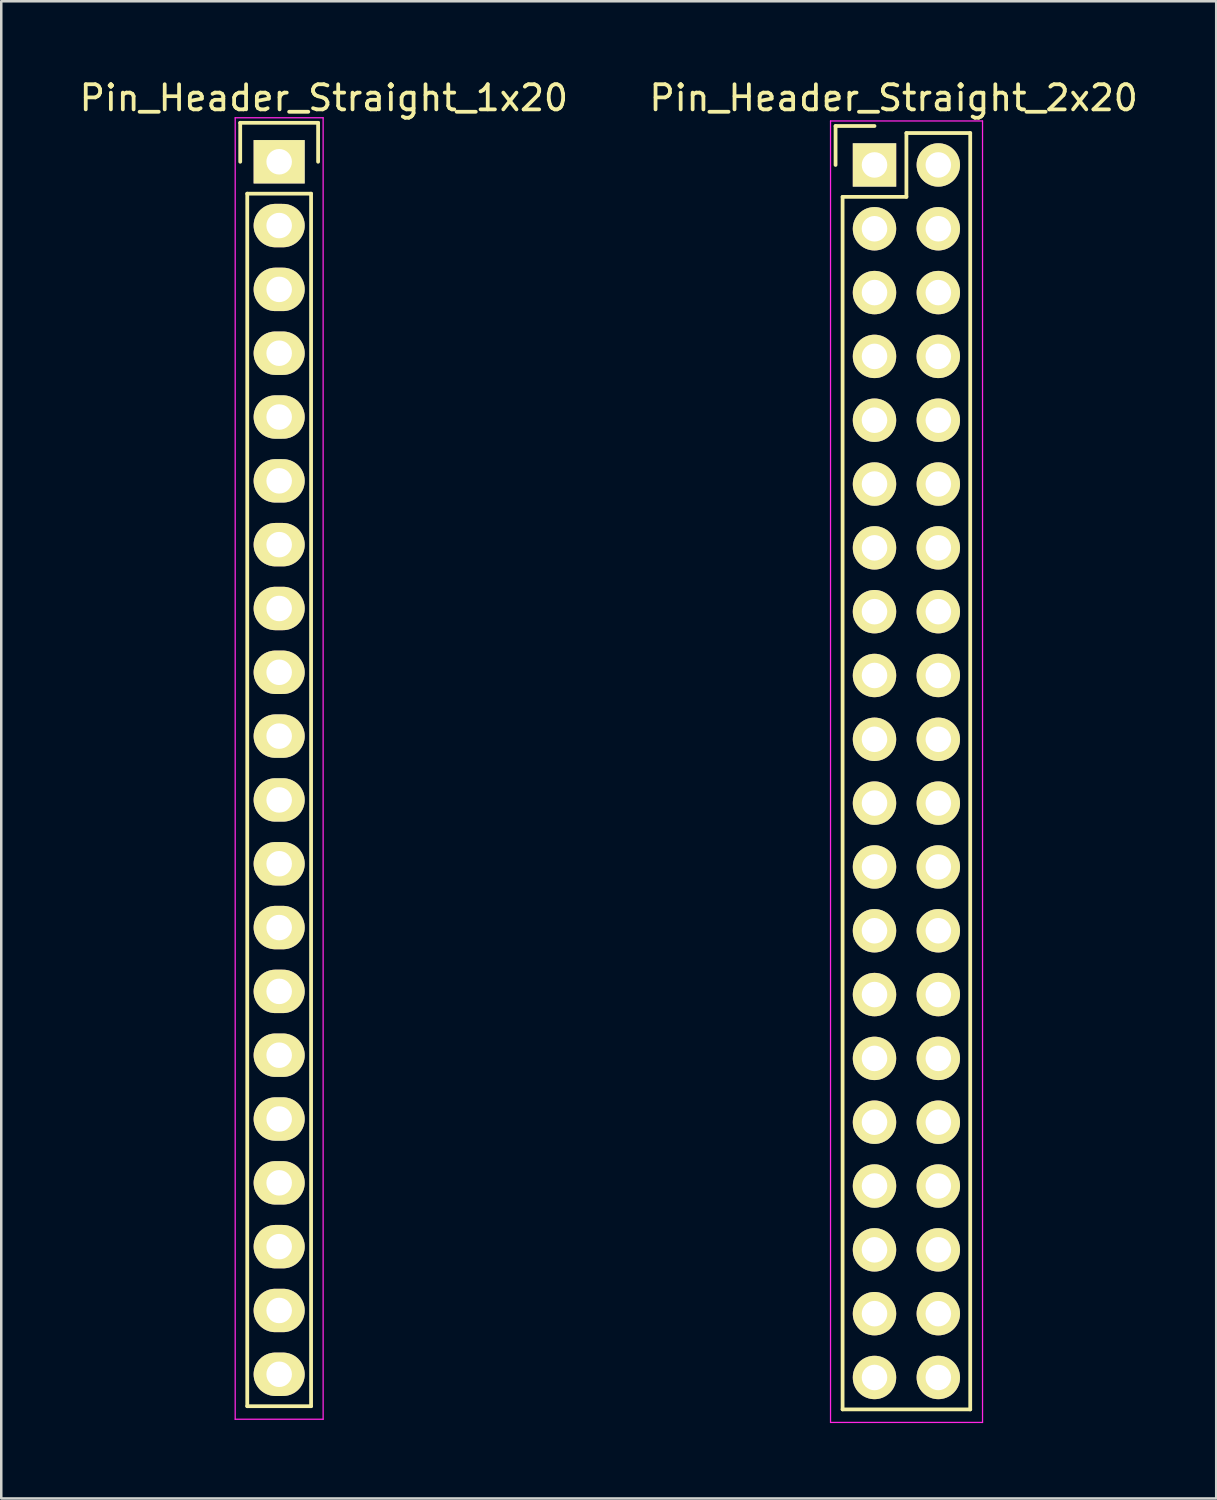
<source format=kicad_pcb>
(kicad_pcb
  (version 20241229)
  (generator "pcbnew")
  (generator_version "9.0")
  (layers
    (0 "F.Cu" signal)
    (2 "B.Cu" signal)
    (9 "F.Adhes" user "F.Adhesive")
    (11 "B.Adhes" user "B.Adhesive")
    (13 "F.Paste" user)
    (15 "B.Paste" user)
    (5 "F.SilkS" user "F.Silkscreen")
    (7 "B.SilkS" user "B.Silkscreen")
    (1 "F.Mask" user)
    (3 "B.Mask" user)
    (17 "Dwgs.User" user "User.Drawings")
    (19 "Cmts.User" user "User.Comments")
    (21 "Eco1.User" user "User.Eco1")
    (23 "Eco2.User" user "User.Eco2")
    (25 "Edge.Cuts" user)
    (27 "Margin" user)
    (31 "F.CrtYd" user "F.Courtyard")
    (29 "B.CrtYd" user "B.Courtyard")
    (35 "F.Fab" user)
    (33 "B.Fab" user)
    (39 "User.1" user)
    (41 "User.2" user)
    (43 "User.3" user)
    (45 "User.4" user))
  (footprint "Pin_Header_Straight_2x20"
    (layer "F.Cu")
    (at 31.756 3.515)
    (property "Reference" "Pin_Header_Straight_2x20" (at 0.762 -2.667 0) (layer "F.SilkS") (effects (font (size 1 1) (thickness 0.15))))
    (attr through_hole)
    (fp_line (start -1.55 -1.55) (end -1.55 0) (stroke (width 0.15) (type solid)) (layer "F.SilkS"))
    (fp_line (start -1.27 1.27) (end -1.27 49.53) (stroke (width 0.15) (type solid)) (layer "F.SilkS"))
    (fp_line (start 0 -1.55) (end -1.55 -1.55) (stroke (width 0.15) (type solid)) (layer "F.SilkS"))
    (fp_line (start 1.27 -1.27) (end 1.27 1.27) (stroke (width 0.15) (type solid)) (layer "F.SilkS"))
    (fp_line (start 1.27 1.27) (end -1.27 1.27) (stroke (width 0.15) (type solid)) (layer "F.SilkS"))
    (fp_line (start 3.81 -1.27) (end 1.27 -1.27) (stroke (width 0.15) (type solid)) (layer "F.SilkS"))
    (fp_line (start 3.81 49.53) (end -1.27 49.53) (stroke (width 0.15) (type solid)) (layer "F.SilkS"))
    (fp_line (start 3.81 49.53) (end 3.81 -1.27) (stroke (width 0.15) (type solid)) (layer "F.SilkS"))
    (fp_line (start -1.75 -1.75) (end -1.75 50.05) (stroke (width 0.05) (type solid)) (layer "F.CrtYd"))
    (fp_line (start -1.75 -1.75) (end 4.3 -1.75) (stroke (width 0.05) (type solid)) (layer "F.CrtYd"))
    (fp_line (start -1.75 50.05) (end 4.3 50.05) (stroke (width 0.05) (type solid)) (layer "F.CrtYd"))
    (fp_line (start 4.3 -1.75) (end 4.3 50.05) (stroke (width 0.05) (type solid)) (layer "F.CrtYd"))
    (pad "1" thru_hole rect (at 0 0) (size 1.727 1.727) (drill 1.016) (layers "*.Cu" "*.Mask" "F.SilkS"))
    (pad "2" thru_hole oval (at 2.54 0) (size 1.727 1.727) (drill 1.016) (layers "*.Cu" "*.Mask" "F.SilkS"))
    (pad "3" thru_hole oval (at 0 2.54) (size 1.727 1.727) (drill 1.016) (layers "*.Cu" "*.Mask" "F.SilkS"))
    (pad "4" thru_hole oval (at 2.54 2.54) (size 1.727 1.727) (drill 1.016) (layers "*.Cu" "*.Mask" "F.SilkS"))
    (pad "5" thru_hole oval (at 0 5.08) (size 1.727 1.727) (drill 1.016) (layers "*.Cu" "*.Mask" "F.SilkS"))
    (pad "6" thru_hole oval (at 2.54 5.08) (size 1.727 1.727) (drill 1.016) (layers "*.Cu" "*.Mask" "F.SilkS"))
    (pad "7" thru_hole oval (at 0 7.62) (size 1.727 1.727) (drill 1.016) (layers "*.Cu" "*.Mask" "F.SilkS"))
    (pad "8" thru_hole oval (at 2.54 7.62) (size 1.727 1.727) (drill 1.016) (layers "*.Cu" "*.Mask" "F.SilkS"))
    (pad "9" thru_hole oval (at 0 10.16) (size 1.727 1.727) (drill 1.016) (layers "*.Cu" "*.Mask" "F.SilkS"))
    (pad "10" thru_hole oval (at 2.54 10.16) (size 1.727 1.727) (drill 1.016) (layers "*.Cu" "*.Mask" "F.SilkS"))
    (pad "11" thru_hole oval (at 0 12.7) (size 1.727 1.727) (drill 1.016) (layers "*.Cu" "*.Mask" "F.SilkS"))
    (pad "12" thru_hole oval (at 2.54 12.7) (size 1.727 1.727) (drill 1.016) (layers "*.Cu" "*.Mask" "F.SilkS"))
    (pad "13" thru_hole oval (at 0 15.24) (size 1.727 1.727) (drill 1.016) (layers "*.Cu" "*.Mask" "F.SilkS"))
    (pad "14" thru_hole oval (at 2.54 15.24) (size 1.727 1.727) (drill 1.016) (layers "*.Cu" "*.Mask" "F.SilkS"))
    (pad "15" thru_hole oval (at 0 17.78) (size 1.727 1.727) (drill 1.016) (layers "*.Cu" "*.Mask" "F.SilkS"))
    (pad "16" thru_hole oval (at 2.54 17.78) (size 1.727 1.727) (drill 1.016) (layers "*.Cu" "*.Mask" "F.SilkS"))
    (pad "17" thru_hole oval (at 0 20.32) (size 1.727 1.727) (drill 1.016) (layers "*.Cu" "*.Mask" "F.SilkS"))
    (pad "18" thru_hole oval (at 2.54 20.32) (size 1.727 1.727) (drill 1.016) (layers "*.Cu" "*.Mask" "F.SilkS"))
    (pad "19" thru_hole oval (at 0 22.86) (size 1.727 1.727) (drill 1.016) (layers "*.Cu" "*.Mask" "F.SilkS"))
    (pad "20" thru_hole oval (at 2.54 22.86) (size 1.727 1.727) (drill 1.016) (layers "*.Cu" "*.Mask" "F.SilkS"))
    (pad "21" thru_hole oval (at 0 25.4) (size 1.727 1.727) (drill 1.016) (layers "*.Cu" "*.Mask" "F.SilkS"))
    (pad "22" thru_hole oval (at 2.54 25.4) (size 1.727 1.727) (drill 1.016) (layers "*.Cu" "*.Mask" "F.SilkS"))
    (pad "23" thru_hole oval (at 0 27.94) (size 1.727 1.727) (drill 1.016) (layers "*.Cu" "*.Mask" "F.SilkS"))
    (pad "24" thru_hole oval (at 2.54 27.94) (size 1.727 1.727) (drill 1.016) (layers "*.Cu" "*.Mask" "F.SilkS"))
    (pad "25" thru_hole oval (at 0 30.48) (size 1.727 1.727) (drill 1.016) (layers "*.Cu" "*.Mask" "F.SilkS"))
    (pad "26" thru_hole oval (at 2.54 30.48) (size 1.727 1.727) (drill 1.016) (layers "*.Cu" "*.Mask" "F.SilkS"))
    (pad "27" thru_hole oval (at 0 33.02) (size 1.727 1.727) (drill 1.016) (layers "*.Cu" "*.Mask" "F.SilkS"))
    (pad "28" thru_hole oval (at 2.54 33.02) (size 1.727 1.727) (drill 1.016) (layers "*.Cu" "*.Mask" "F.SilkS"))
    (pad "29" thru_hole oval (at 0 35.56) (size 1.727 1.727) (drill 1.016) (layers "*.Cu" "*.Mask" "F.SilkS"))
    (pad "30" thru_hole oval (at 2.54 35.56) (size 1.727 1.727) (drill 1.016) (layers "*.Cu" "*.Mask" "F.SilkS"))
    (pad "31" thru_hole oval (at 0 38.1) (size 1.727 1.727) (drill 1.016) (layers "*.Cu" "*.Mask" "F.SilkS"))
    (pad "32" thru_hole oval (at 2.54 38.1) (size 1.727 1.727) (drill 1.016) (layers "*.Cu" "*.Mask" "F.SilkS"))
    (pad "33" thru_hole oval (at 0 40.64) (size 1.727 1.727) (drill 1.016) (layers "*.Cu" "*.Mask" "F.SilkS"))
    (pad "34" thru_hole oval (at 2.54 40.64) (size 1.727 1.727) (drill 1.016) (layers "*.Cu" "*.Mask" "F.SilkS"))
    (pad "35" thru_hole oval (at 0 43.18) (size 1.727 1.727) (drill 1.016) (layers "*.Cu" "*.Mask" "F.SilkS"))
    (pad "36" thru_hole oval (at 2.54 43.18) (size 1.727 1.727) (drill 1.016) (layers "*.Cu" "*.Mask" "F.SilkS"))
    (pad "37" thru_hole oval (at 0 45.72) (size 1.727 1.727) (drill 1.016) (layers "*.Cu" "*.Mask" "F.SilkS"))
    (pad "38" thru_hole oval (at 2.54 45.72) (size 1.727 1.727) (drill 1.016) (layers "*.Cu" "*.Mask" "F.SilkS"))
    (pad "39" thru_hole oval (at 0 48.26) (size 1.727 1.727) (drill 1.016) (layers "*.Cu" "*.Mask" "F.SilkS"))
    (pad "40" thru_hole oval (at 2.54 48.26) (size 1.727 1.727) (drill 1.016) (layers "*.Cu" "*.Mask" "F.SilkS")))
  (footprint "Pin_Header_Straight_1x20"
    (layer "F.Cu")
    (at 8.061 3.388)
    (property "Reference" "Pin_Header_Straight_1x20" (at 1.778 -2.54 0) (layer "F.SilkS") (effects (font (size 1 1) (thickness 0.15))))
    (attr through_hole)
    (fp_line (start -1.55 -1.55) (end 1.55 -1.55) (stroke (width 0.15) (type solid)) (layer "F.SilkS"))
    (fp_line (start -1.55 0) (end -1.55 -1.55) (stroke (width 0.15) (type solid)) (layer "F.SilkS"))
    (fp_line (start -1.27 49.53) (end -1.27 1.27) (stroke (width 0.15) (type solid)) (layer "F.SilkS"))
    (fp_line (start 1.27 1.27) (end -1.27 1.27) (stroke (width 0.15) (type solid)) (layer "F.SilkS"))
    (fp_line (start 1.27 1.27) (end 1.27 49.53) (stroke (width 0.15) (type solid)) (layer "F.SilkS"))
    (fp_line (start 1.27 49.53) (end -1.27 49.53) (stroke (width 0.15) (type solid)) (layer "F.SilkS"))
    (fp_line (start 1.55 -1.55) (end 1.55 0) (stroke (width 0.15) (type solid)) (layer "F.SilkS"))
    (fp_line (start -1.75 -1.75) (end -1.75 50.05) (stroke (width 0.05) (type solid)) (layer "F.CrtYd"))
    (fp_line (start -1.75 -1.75) (end 1.75 -1.75) (stroke (width 0.05) (type solid)) (layer "F.CrtYd"))
    (fp_line (start -1.75 50.05) (end 1.75 50.05) (stroke (width 0.05) (type solid)) (layer "F.CrtYd"))
    (fp_line (start 1.75 -1.75) (end 1.75 50.05) (stroke (width 0.05) (type solid)) (layer "F.CrtYd"))
    (pad "1" thru_hole rect (at 0 0) (size 2.032 1.727) (drill 1.016) (layers "*.Cu" "*.Mask" "F.SilkS"))
    (pad "2" thru_hole oval (at 0 2.54) (size 2.032 1.727) (drill 1.016) (layers "*.Cu" "*.Mask" "F.SilkS"))
    (pad "3" thru_hole oval (at 0 5.08) (size 2.032 1.727) (drill 1.016) (layers "*.Cu" "*.Mask" "F.SilkS"))
    (pad "4" thru_hole oval (at 0 7.62) (size 2.032 1.727) (drill 1.016) (layers "*.Cu" "*.Mask" "F.SilkS"))
    (pad "5" thru_hole oval (at 0 10.16) (size 2.032 1.727) (drill 1.016) (layers "*.Cu" "*.Mask" "F.SilkS"))
    (pad "6" thru_hole oval (at 0 12.7) (size 2.032 1.727) (drill 1.016) (layers "*.Cu" "*.Mask" "F.SilkS"))
    (pad "7" thru_hole oval (at 0 15.24) (size 2.032 1.727) (drill 1.016) (layers "*.Cu" "*.Mask" "F.SilkS"))
    (pad "8" thru_hole oval (at 0 17.78) (size 2.032 1.727) (drill 1.016) (layers "*.Cu" "*.Mask" "F.SilkS"))
    (pad "9" thru_hole oval (at 0 20.32) (size 2.032 1.727) (drill 1.016) (layers "*.Cu" "*.Mask" "F.SilkS"))
    (pad "10" thru_hole oval (at 0 22.86) (size 2.032 1.727) (drill 1.016) (layers "*.Cu" "*.Mask" "F.SilkS"))
    (pad "11" thru_hole oval (at 0 25.4) (size 2.032 1.727) (drill 1.016) (layers "*.Cu" "*.Mask" "F.SilkS"))
    (pad "12" thru_hole oval (at 0 27.94) (size 2.032 1.727) (drill 1.016) (layers "*.Cu" "*.Mask" "F.SilkS"))
    (pad "13" thru_hole oval (at 0 30.48) (size 2.032 1.727) (drill 1.016) (layers "*.Cu" "*.Mask" "F.SilkS"))
    (pad "14" thru_hole oval (at 0 33.02) (size 2.032 1.727) (drill 1.016) (layers "*.Cu" "*.Mask" "F.SilkS"))
    (pad "15" thru_hole oval (at 0 35.56) (size 2.032 1.727) (drill 1.016) (layers "*.Cu" "*.Mask" "F.SilkS"))
    (pad "16" thru_hole oval (at 0 38.1) (size 2.032 1.727) (drill 1.016) (layers "*.Cu" "*.Mask" "F.SilkS"))
    (pad "17" thru_hole oval (at 0 40.64) (size 2.032 1.727) (drill 1.016) (layers "*.Cu" "*.Mask" "F.SilkS"))
    (pad "18" thru_hole oval (at 0 43.18) (size 2.032 1.727) (drill 1.016) (layers "*.Cu" "*.Mask" "F.SilkS"))
    (pad "19" thru_hole oval (at 0 45.72) (size 2.032 1.727) (drill 1.016) (layers "*.Cu" "*.Mask" "F.SilkS"))
    (pad "20" thru_hole oval (at 0 48.26) (size 2.032 1.727) (drill 1.016) (layers "*.Cu" "*.Mask" "F.SilkS")))
  (gr_rect
    (start -3 -3)
    (end 45.357 56.59)
    (stroke (width 0.1) (type default))
    (fill no)
    (layer "Edge.Cuts")))
</source>
